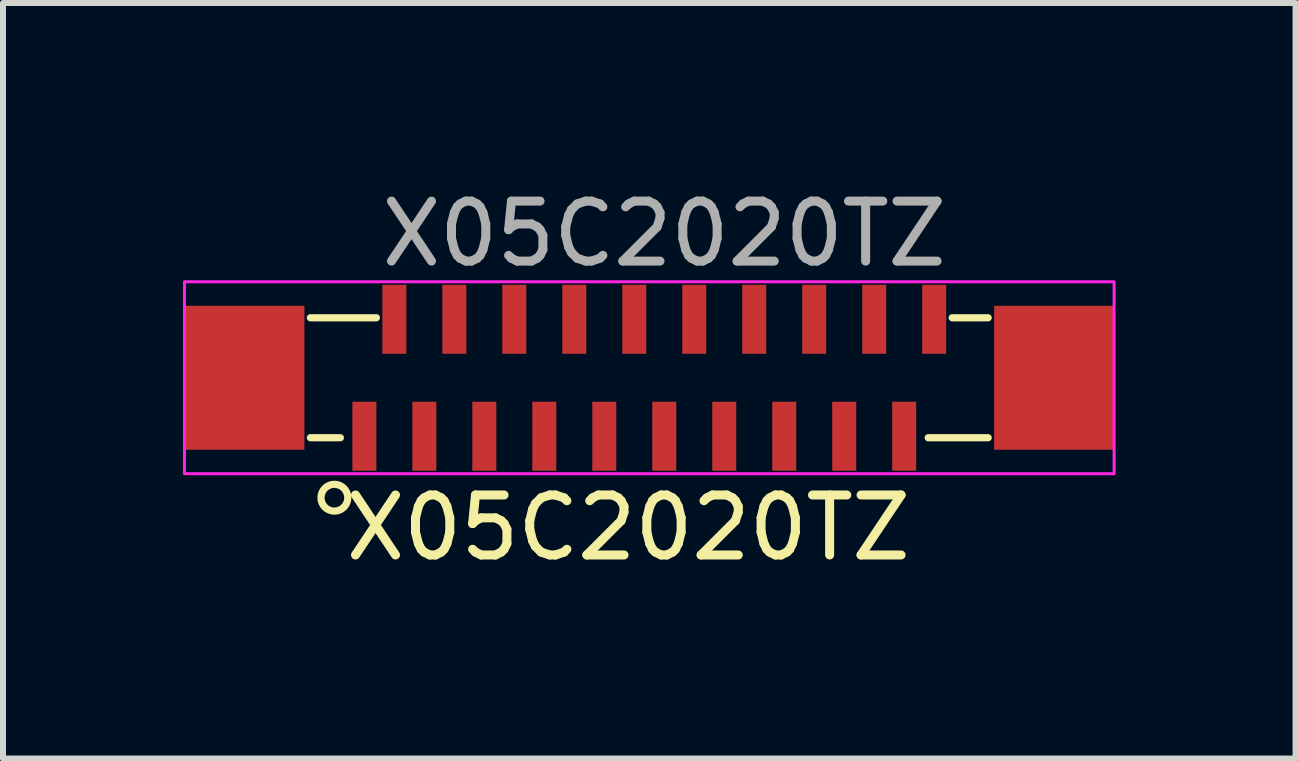
<source format=kicad_pcb>
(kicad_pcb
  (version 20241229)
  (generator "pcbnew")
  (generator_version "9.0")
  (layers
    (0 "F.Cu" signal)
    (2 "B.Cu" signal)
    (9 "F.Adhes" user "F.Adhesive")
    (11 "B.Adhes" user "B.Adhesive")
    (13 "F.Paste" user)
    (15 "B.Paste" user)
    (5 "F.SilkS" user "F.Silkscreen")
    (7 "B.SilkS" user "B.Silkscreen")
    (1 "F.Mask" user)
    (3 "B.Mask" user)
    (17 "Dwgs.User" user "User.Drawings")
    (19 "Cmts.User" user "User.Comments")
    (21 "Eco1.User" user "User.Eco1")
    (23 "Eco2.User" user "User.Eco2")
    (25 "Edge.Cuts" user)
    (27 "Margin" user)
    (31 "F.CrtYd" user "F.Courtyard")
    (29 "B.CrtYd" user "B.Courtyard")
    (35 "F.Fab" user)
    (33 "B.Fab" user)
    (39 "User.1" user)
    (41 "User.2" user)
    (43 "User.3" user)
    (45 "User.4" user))
  (footprint "X05C2020TZ"
    (layer "F.Cu")
    (at 8.025 3.248)
    (property "Reference" "X05C2020TZ" (at -0.6 2.5 0) (unlocked yes) (layer "F.SilkS") (effects (font (size 1 1) (thickness 0.15))))
    (attr smd)
    (fp_line (start -5.9 1) (end -5.4 1) (stroke (width 0.12) (type solid)) (layer "F.SilkS"))
    (fp_line (start -4.8 -1) (end -5.9 -1) (stroke (width 0.12) (type solid)) (layer "F.SilkS"))
    (fp_line (start 5.4 -1) (end 4.8 -1) (stroke (width 0.12) (type solid)) (layer "F.SilkS"))
    (fp_line (start 5.4 1) (end 4.4 1) (stroke (width 0.12) (type solid)) (layer "F.SilkS"))
    (fp_circle (center -5.5 2) (end -5.3 2.1) (stroke (width 0.12) (type solid)) (fill no) (layer "F.SilkS"))
    (fp_rect (start -8 -1.6) (end 7.5 1.6) (stroke (width 0.05) (type solid)) (fill no) (layer "F.CrtYd"))
    (fp_text user "${REFERENCE}" (at 0 -2.4 0) (unlocked yes) (layer "F.Fab") (effects (font (size 1 1) (thickness 0.15))))
    (pad "1" smd rect (at -5 0.975 90) (size 1.15 0.4) (layers "F.Cu" "F.Mask" "F.Paste"))
    (pad "2" smd rect (at -4.5 -0.975 90) (size 1.15 0.4) (layers "F.Cu" "F.Mask" "F.Paste"))
    (pad "3" smd rect (at -4 0.975 90) (size 1.15 0.4) (layers "F.Cu" "F.Mask" "F.Paste"))
    (pad "4" smd rect (at -3.5 -0.975 90) (size 1.15 0.4) (layers "F.Cu" "F.Mask" "F.Paste"))
    (pad "5" smd rect (at -3 0.975 90) (size 1.15 0.4) (layers "F.Cu" "F.Mask" "F.Paste"))
    (pad "6" smd rect (at -2.5 -0.975 90) (size 1.15 0.4) (layers "F.Cu" "F.Mask" "F.Paste"))
    (pad "7" smd rect (at -2 0.975 90) (size 1.15 0.4) (layers "F.Cu" "F.Mask" "F.Paste"))
    (pad "8" smd rect (at -1.5 -0.975 90) (size 1.15 0.4) (layers "F.Cu" "F.Mask" "F.Paste"))
    (pad "9" smd rect (at -1 0.975 90) (size 1.15 0.4) (layers "F.Cu" "F.Mask" "F.Paste"))
    (pad "10" smd rect (at -0.5 -0.975 90) (size 1.15 0.4) (layers "F.Cu" "F.Mask" "F.Paste"))
    (pad "11" smd rect (at 0 0.975 90) (size 1.15 0.4) (layers "F.Cu" "F.Mask" "F.Paste"))
    (pad "12" smd rect (at 0.5 -0.975 90) (size 1.15 0.4) (layers "F.Cu" "F.Mask" "F.Paste"))
    (pad "13" smd rect (at 1 0.975 90) (size 1.15 0.4) (layers "F.Cu" "F.Mask" "F.Paste"))
    (pad "14" smd rect (at 1.5 -0.975 90) (size 1.15 0.4) (layers "F.Cu" "F.Mask" "F.Paste"))
    (pad "15" smd rect (at 2 0.975 90) (size 1.15 0.4) (layers "F.Cu" "F.Mask" "F.Paste"))
    (pad "16" smd rect (at 2.5 -0.975 90) (size 1.15 0.4) (layers "F.Cu" "F.Mask" "F.Paste"))
    (pad "17" smd rect (at 3 0.975 90) (size 1.15 0.4) (layers "F.Cu" "F.Mask" "F.Paste"))
    (pad "18" smd rect (at 3.5 -0.975 90) (size 1.15 0.4) (layers "F.Cu" "F.Mask" "F.Paste"))
    (pad "19" smd rect (at 4 0.975 90) (size 1.15 0.4) (layers "F.Cu" "F.Mask" "F.Paste"))
    (pad "20" smd rect (at 4.5 -0.975 90) (size 1.15 0.4) (layers "F.Cu" "F.Mask" "F.Paste"))
    (pad "MP" smd rect (at -7 0 90) (size 2.4 2) (layers "F.Cu" "F.Mask" "F.Paste"))
    (pad "MP" smd rect (at 6.5 0 90) (size 2.4 2) (layers "F.Cu" "F.Mask" "F.Paste")))
  (gr_rect
    (start -3 -3)
    (end 18.55 9.597)
    (stroke (width 0.1) (type default))
    (fill no)
    (layer "Edge.Cuts")))
</source>
